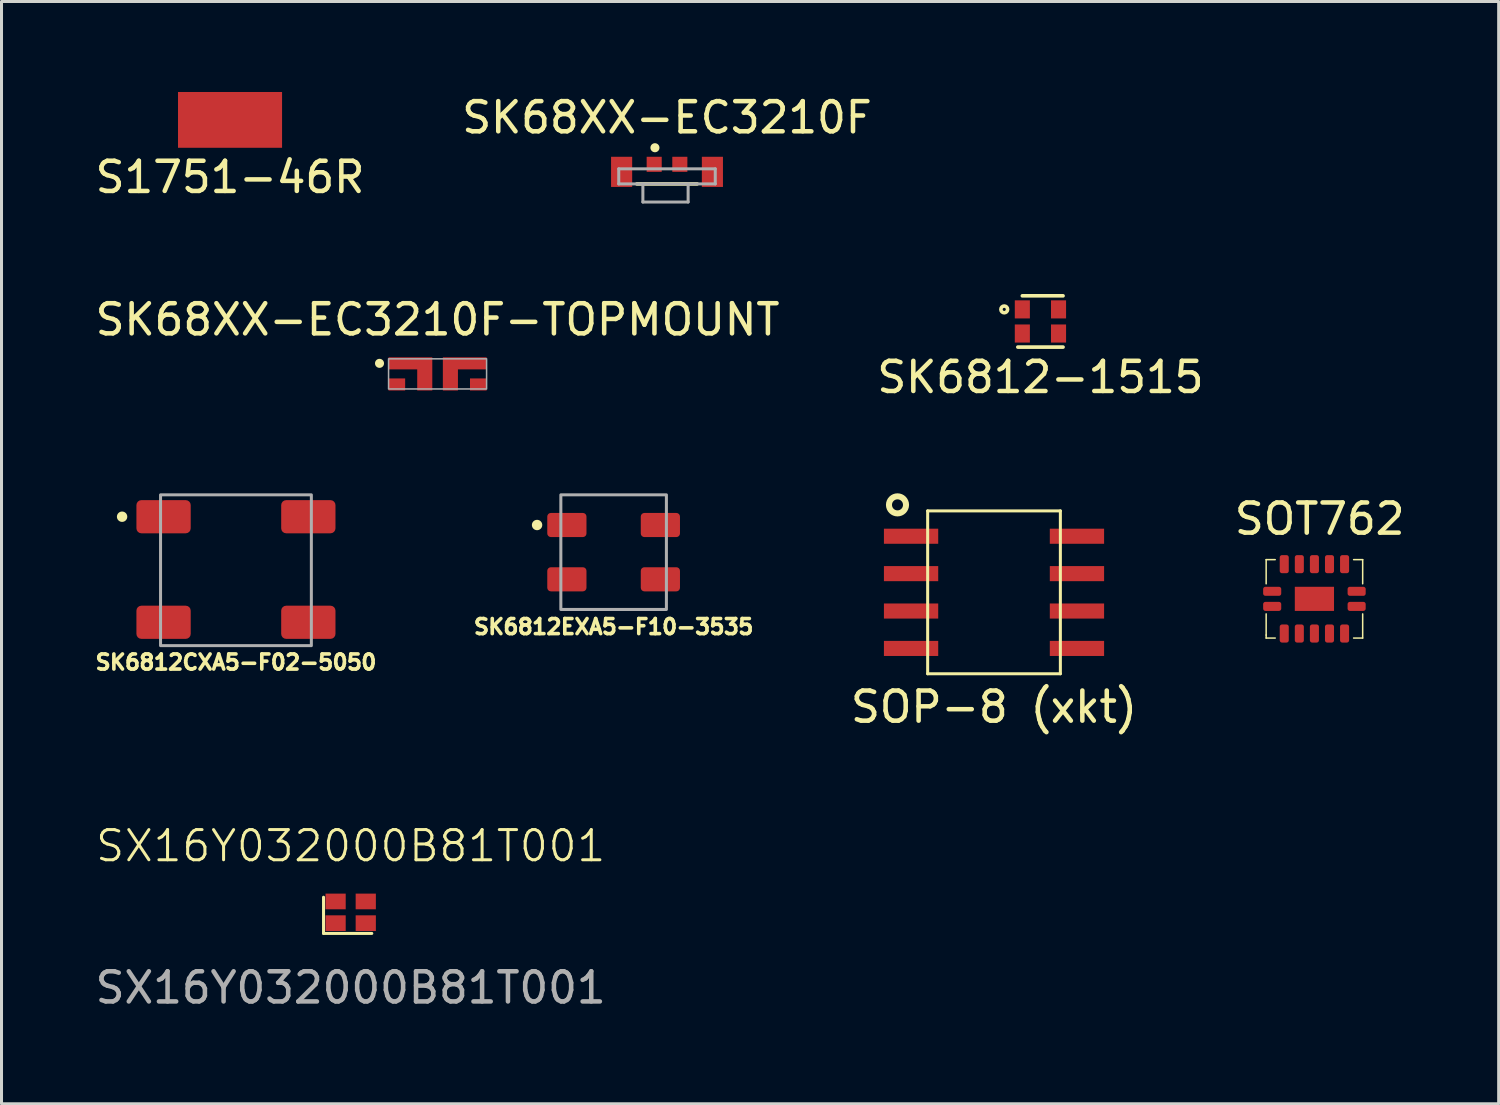
<source format=kicad_pcb>
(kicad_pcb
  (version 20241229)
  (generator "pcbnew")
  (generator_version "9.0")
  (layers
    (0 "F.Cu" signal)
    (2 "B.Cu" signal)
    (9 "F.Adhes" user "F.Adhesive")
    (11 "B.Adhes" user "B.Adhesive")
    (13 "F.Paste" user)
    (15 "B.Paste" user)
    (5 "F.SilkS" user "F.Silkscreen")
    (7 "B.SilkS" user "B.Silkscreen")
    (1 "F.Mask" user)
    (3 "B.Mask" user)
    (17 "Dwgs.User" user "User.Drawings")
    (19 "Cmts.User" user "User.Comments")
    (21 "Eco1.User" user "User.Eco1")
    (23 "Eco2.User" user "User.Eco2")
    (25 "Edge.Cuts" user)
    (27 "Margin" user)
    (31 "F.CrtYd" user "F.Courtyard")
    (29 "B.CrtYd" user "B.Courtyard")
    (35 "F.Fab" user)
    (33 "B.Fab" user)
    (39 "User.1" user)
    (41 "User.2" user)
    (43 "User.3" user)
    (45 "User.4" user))
  (footprint "SK6812EXA5-F10-3535"
    (layer "F.Cu")
    (at 17.295 15.257)
    (property "Reference" "SK6812EXA5-F10-3535" (at 0 2.475 0) (layer "F.SilkS") (effects (font (size 0.5 0.5) (thickness 0.12) (bold yes))))
    (attr through_hole)
    (fp_circle (center -2.538 -0.9) (end -2.426 -0.9) (stroke (width 0.12) (type solid)) (fill yes) (layer "F.SilkS"))
    (fp_rect (start -1.75 -1.9) (end 1.75 1.9) (stroke (width 0.1) (type default)) (fill no) (layer "F.Fab"))
    (pad "1" smd roundrect (at -1.55 -0.9) (size 1.3 0.8) (layers "F.Cu" "F.Mask" "F.Paste") (roundrect_rratio 0.15))
    (pad "2" smd roundrect (at -1.55 0.9) (size 1.3 0.8) (layers "F.Cu" "F.Mask" "F.Paste") (roundrect_rratio 0.15))
    (pad "3" smd roundrect (at 1.55 0.9) (size 1.3 0.8) (layers "F.Cu" "F.Mask" "F.Paste") (roundrect_rratio 0.15))
    (pad "4" smd roundrect (at 1.55 -0.9) (size 1.3 0.8) (layers "F.Cu" "F.Mask" "F.Paste") (roundrect_rratio 0.15)))
  (footprint "SK68XX-EC3210F"
    (layer "F.Cu")
    (at 19.065 2.648)
    (property "Reference" "SK68XX-EC3210F" (at 0 -1.8 0) (unlocked yes) (layer "F.SilkS") (effects (font (size 1 1) (thickness 0.15))))
    (attr smd)
    (fp_line (start -1 0.4) (end 1 0.4) (stroke (width 0.12) (type default)) (layer "F.SilkS"))
    (fp_circle (center -0.4 -0.8) (end -0.3 -0.8) (stroke (width 0.1) (type solid)) (fill yes) (layer "F.SilkS"))
    (fp_line (start -1.6 -0.1) (end 1.6 -0.1) (stroke (width 0.1) (type default)) (layer "F.Fab"))
    (fp_line (start -1.6 0.4) (end -1.6 -0.1) (stroke (width 0.1) (type default)) (layer "F.Fab"))
    (fp_line (start -0.8 0.4) (end -0.8 1) (stroke (width 0.1) (type default)) (layer "F.Fab"))
    (fp_line (start -0.8 1) (end 0.7 1) (stroke (width 0.1) (type default)) (layer "F.Fab"))
    (fp_line (start 0.7 1) (end 0.7 0.4) (stroke (width 0.1) (type default)) (layer "F.Fab"))
    (fp_line (start 1.6 -0.1) (end 1.6 0.4) (stroke (width 0.1) (type default)) (layer "F.Fab"))
    (fp_line (start 1.6 0.4) (end -1.6 0.4) (stroke (width 0.1) (type default)) (layer "F.Fab"))
    (pad "1" smd rect (at -0.425 -0.25) (size 0.5 0.5) (layers "F.Cu" "F.Mask" "F.Paste"))
    (pad "2" smd rect (at -1.505 0) (size 0.7 1) (layers "F.Cu" "F.Mask" "F.Paste"))
    (pad "3" smd rect (at 1.505 0) (size 0.7 1) (layers "F.Cu" "F.Mask" "F.Paste"))
    (pad "4" smd rect (at 0.425 -0.25) (size 0.5 0.5) (layers "F.Cu" "F.Mask" "F.Paste")))
  (footprint "SOP-8 (xkt)"
    (layer "F.Cu")
    (at 29.907 16.589)
    (property "Reference" "SOP-8 (xkt)" (at 0 3.8 0) (layer "F.SilkS") (effects (font (size 1 1) (thickness 0.15))))
    (attr through_hole)
    (fp_line (start -2.2 -2.7) (end -2.2 2.7) (stroke (width 0.1) (type solid)) (layer "F.SilkS"))
    (fp_line (start -2.2 2.7) (end 2.2 2.7) (stroke (width 0.1) (type solid)) (layer "F.SilkS"))
    (fp_line (start 2.2 -2.7) (end -2.2 -2.7) (stroke (width 0.1) (type solid)) (layer "F.SilkS"))
    (fp_line (start 2.2 2.7) (end 2.2 -2.7) (stroke (width 0.1) (type solid)) (layer "F.SilkS"))
    (fp_circle (center -3.2 -2.9) (end -2.917 -2.9) (stroke (width 0.2) (type solid)) (fill no) (layer "F.SilkS"))
    (pad "1" smd rect (at -2.75 -1.86) (size 1.8 0.5) (layers "F.Cu" "F.Mask" "F.Paste"))
    (pad "2" smd rect (at -2.75 -0.62) (size 1.8 0.5) (layers "F.Cu" "F.Mask" "F.Paste"))
    (pad "3" smd rect (at -2.75 0.62) (size 1.8 0.5) (layers "F.Cu" "F.Mask" "F.Paste"))
    (pad "4" smd rect (at -2.75 1.86) (size 1.8 0.5) (layers "F.Cu" "F.Mask" "F.Paste"))
    (pad "5" smd rect (at 2.75 1.86) (size 1.8 0.5) (layers "F.Cu" "F.Mask" "F.Paste"))
    (pad "6" smd rect (at 2.75 0.62) (size 1.8 0.5) (layers "F.Cu" "F.Mask" "F.Paste"))
    (pad "7" smd rect (at 2.75 -0.62) (size 1.8 0.5) (layers "F.Cu" "F.Mask" "F.Paste"))
    (pad "8" smd rect (at 2.75 -1.86) (size 1.8 0.5) (layers "F.Cu" "F.Mask" "F.Paste")))
  (footprint "SK6812CXA5-F02-5050"
    (layer "F.Cu")
    (at 4.773 15.832)
    (property "Reference" "SK6812CXA5-F02-5050" (at 0 3.075 0) (layer "F.SilkS") (effects (font (size 0.5 0.5) (thickness 0.12) (bold yes))))
    (attr through_hole)
    (fp_circle (center -3.775 -1.75) (end -3.663 -1.75) (stroke (width 0.12) (type solid)) (fill yes) (layer "F.SilkS"))
    (fp_rect (start -2.5 -2.475) (end 2.5 2.525) (stroke (width 0.1) (type default)) (fill no) (layer "F.Fab"))
    (pad "1" smd roundrect (at -2.4 -1.75) (size 1.8 1.1) (layers "F.Cu" "F.Mask" "F.Paste") (roundrect_rratio 0.15))
    (pad "2" smd roundrect (at -2.4 1.75) (size 1.8 1.1) (layers "F.Cu" "F.Mask" "F.Paste") (roundrect_rratio 0.15))
    (pad "3" smd roundrect (at 2.4 1.75) (size 1.8 1.1) (layers "F.Cu" "F.Mask" "F.Paste") (roundrect_rratio 0.15))
    (pad "4" smd roundrect (at 2.4 -1.75) (size 1.8 1.1) (layers "F.Cu" "F.Mask" "F.Paste") (roundrect_rratio 0.15)))
  (footprint "SK6812-1515"
    (layer "F.Cu")
    (at 31.446 7.608)
    (property "Reference" "SK6812-1515" (at 0 1.85 0) (layer "F.SilkS") (effects (font (size 1 1) (thickness 0.15))))
    (attr through_hole)
    (fp_line (start -0.6 -0.85) (end 0.75 -0.85) (stroke (width 0.12) (type solid)) (layer "F.SilkS"))
    (fp_line (start 0.75 0.85) (end -0.75 0.85) (stroke (width 0.12) (type solid)) (layer "F.SilkS"))
    (fp_circle (center -1.2 -0.4) (end -1.1 -0.35) (stroke (width 0.12) (type solid)) (fill no) (layer "F.SilkS"))
    (pad "1" smd rect (at -0.6 -0.4) (size 0.5 0.6) (layers "F.Cu" "F.Mask" "F.Paste"))
    (pad "2" smd rect (at -0.6 0.4) (size 0.5 0.6) (layers "F.Cu" "F.Mask" "F.Paste"))
    (pad "3" smd rect (at 0.6 0.4) (size 0.5 0.6) (layers "F.Cu" "F.Mask" "F.Paste"))
    (pad "4" smd rect (at 0.6 -0.4) (size 0.5 0.6) (layers "F.Cu" "F.Mask" "F.Paste")))
  (footprint "SOT762"
    (layer "F.Cu")
    (at 40.53 16.805)
    (property "Reference" "SOT762" (at 0.175 -2.65 0) (layer "F.SilkS") (effects (font (size 1 1) (thickness 0.15))))
    (attr through_hole)
    (fp_line (start -1.6 -1.3) (end -1.3 -1.3) (stroke (width 0.05) (type solid)) (layer "F.SilkS"))
    (fp_line (start -1.6 -0.5) (end -1.6 -1.3) (stroke (width 0.05) (type solid)) (layer "F.SilkS"))
    (fp_line (start -1.6 0.5) (end -1.6 1.2) (stroke (width 0.05) (type solid)) (layer "F.SilkS"))
    (fp_line (start -1.6 1.2) (end -1.6 1.3) (stroke (width 0.05) (type solid)) (layer "F.SilkS"))
    (fp_line (start -1.6 1.3) (end -1.3 1.3) (stroke (width 0.05) (type solid)) (layer "F.SilkS"))
    (fp_line (start 1.3 -1.3) (end 1.6 -1.3) (stroke (width 0.05) (type solid)) (layer "F.SilkS"))
    (fp_line (start 1.6 -1.3) (end 1.6 -0.5) (stroke (width 0.05) (type solid)) (layer "F.SilkS"))
    (fp_line (start 1.6 0.5) (end 1.6 1.3) (stroke (width 0.05) (type solid)) (layer "F.SilkS"))
    (fp_line (start 1.6 1.3) (end 1.3 1.3) (stroke (width 0.05) (type solid)) (layer "F.SilkS"))
    (pad "" smd rect (at 0 0) (size 1.3 0.8) (layers "F.Cu" "F.Mask" "F.Paste"))
    (pad "1" smd roundrect (at -1.5 0.25 90) (size 0.3 0.6) (drill (offset 0 0.1)) (layers "F.Cu" "F.Mask" "F.Paste") (roundrect_rratio 0.25))
    (pad "2" smd roundrect (at -1 1.25 180) (size 0.3 0.6) (drill (offset 0 0.1)) (layers "F.Cu" "F.Mask" "F.Paste") (roundrect_rratio 0.25))
    (pad "3" smd roundrect (at -0.5 1.25 180) (size 0.3 0.6) (drill (offset 0 0.1)) (layers "F.Cu" "F.Mask" "F.Paste") (roundrect_rratio 0.25))
    (pad "4" smd roundrect (at 0 1.25 180) (size 0.3 0.6) (drill (offset 0 0.1)) (layers "F.Cu" "F.Mask" "F.Paste") (roundrect_rratio 0.25))
    (pad "5" smd roundrect (at 0.5 1.25 180) (size 0.3 0.6) (drill (offset 0 0.1)) (layers "F.Cu" "F.Mask" "F.Paste") (roundrect_rratio 0.25))
    (pad "6" smd roundrect (at 1 1.25 180) (size 0.3 0.6) (drill (offset 0 0.1)) (layers "F.Cu" "F.Mask" "F.Paste") (roundrect_rratio 0.25))
    (pad "7" smd roundrect (at 1.5 0.25 270) (size 0.3 0.6) (drill (offset 0 0.1)) (layers "F.Cu" "F.Mask" "F.Paste") (roundrect_rratio 0.25))
    (pad "8" smd roundrect (at 1.5 -0.25 270) (size 0.3 0.6) (drill (offset 0 0.1)) (layers "F.Cu" "F.Mask" "F.Paste") (roundrect_rratio 0.25))
    (pad "9" smd roundrect (at 1 -1.25) (size 0.3 0.6) (drill (offset 0 0.1)) (layers "F.Cu" "F.Mask" "F.Paste") (roundrect_rratio 0.25))
    (pad "10" smd roundrect (at 0.5 -1.25) (size 0.3 0.6) (drill (offset 0 0.1)) (layers "F.Cu" "F.Mask" "F.Paste") (roundrect_rratio 0.25))
    (pad "11" smd roundrect (at 0 -1.25) (size 0.3 0.6) (drill (offset 0 0.1)) (layers "F.Cu" "F.Mask" "F.Paste") (roundrect_rratio 0.25))
    (pad "12" smd roundrect (at -0.5 -1.25) (size 0.3 0.6) (drill (offset 0 0.1)) (layers "F.Cu" "F.Mask" "F.Paste") (roundrect_rratio 0.25))
    (pad "13" smd roundrect (at -1 -1.25) (size 0.3 0.6) (drill (offset 0 0.1)) (layers "F.Cu" "F.Mask" "F.Paste") (roundrect_rratio 0.25))
    (pad "14" smd roundrect (at -1.5 -0.25 90) (size 0.3 0.6) (drill (offset 0 0.1)) (layers "F.Cu" "F.Mask" "F.Paste") (roundrect_rratio 0.25)))
  (footprint "S1751-46R"
    (layer "F.Cu")
    (at 4.577 0.925)
    (property "Reference" "S1751-46R" (at 0 1.9 0) (layer "F.SilkS") (effects (font (size 1 1) (thickness 0.15))))
    (attr through_hole)
    (pad "1" smd rect (at 0 0) (size 3.45 1.85) (layers "F.Cu" "F.Mask" "F.Paste")))
  (footprint "SX16Y032000B81T001"
    (layer "F.Cu")
    (at 8.577 27.198)
    (property "Reference" "SX16Y032000B81T001" (at 0 -2.2 0) (unlocked yes) (layer "F.SilkS") (effects (font (size 1 1) (thickness 0.1))))
    (attr smd)
    (fp_line (start -0.9 -0.5) (end -0.9 0.7) (stroke (width 0.1) (type default)) (layer "F.SilkS"))
    (fp_line (start -0.9 0.7) (end 0.7 0.7) (stroke (width 0.1) (type default)) (layer "F.SilkS"))
    (fp_text user "${REFERENCE}" (at 0 2.5 0) (unlocked yes) (layer "F.Fab") (effects (font (size 1 1) (thickness 0.15))))
    (pad "1" smd rect (at -0.5 0.36) (size 0.67 0.52) (layers "F.Cu" "F.Mask" "F.Paste"))
    (pad "2" smd rect (at 0.5 0.36) (size 0.67 0.52) (layers "F.Cu" "F.Mask" "F.Paste"))
    (pad "3" smd rect (at 0.5 -0.36) (size 0.67 0.52) (layers "F.Cu" "F.Mask" "F.Paste"))
    (pad "4" smd rect (at -0.5 -0.36) (size 0.67 0.52) (layers "F.Cu" "F.Mask" "F.Paste")))
  (footprint "SK68XX-EC3210F-TOPMOUNT"
    (layer "F.Cu")
    (at 11.458 9.347)
    (property "Reference" "SK68XX-EC3210F-TOPMOUNT" (at 0 -1.8 0) (unlocked yes) (layer "F.SilkS") (effects (font (size 1 1) (thickness 0.15))))
    (attr smd)
    (fp_circle (center -1.925 -0.35) (end -1.825 -0.35) (stroke (width 0.1) (type solid)) (fill yes) (layer "F.SilkS"))
    (fp_rect (start -1.625 -0.5) (end 1.625 0.5) (stroke (width 0.05) (type default)) (fill no) (layer "F.Fab"))
    (pad "1" smd custom (at -0.425 -0.25) (size 0.5 0.6) (layers "F.Cu" "F.Mask" "F.Paste") (options (anchor rect)) (primitives (gr_poly (pts (xy -1.2 -0.3) (xy -1.2 0.1) (xy -0.25 0.1) (xy -0.25 0.8) (xy 0.25 0.8) (xy 0.25 -0.3)) (width 0) (fill yes))))
    (pad "2" smd rect (at -1.35 0.35) (size 0.55 0.4) (layers "F.Cu" "F.Mask" "F.Paste"))
    (pad "3" smd rect (at 1.35 0.35) (size 0.55 0.4) (layers "F.Cu" "F.Mask" "F.Paste"))
    (pad "4" smd custom (at 0.425 -0.25) (size 0.5 0.6) (layers "F.Cu" "F.Mask" "F.Paste") (options (anchor rect)) (primitives (gr_poly (pts (xy 1.2 -0.3) (xy 1.2 0.1) (xy 0.25 0.1) (xy 0.25 0.8) (xy -0.25 0.8) (xy -0.25 -0.3)) (width 0) (fill yes)))))
  (gr_rect
    (start -3 -3)
    (end 46.639 33.546)
    (stroke (width 0.1) (type default))
    (fill no)
    (layer "Edge.Cuts")))
</source>
